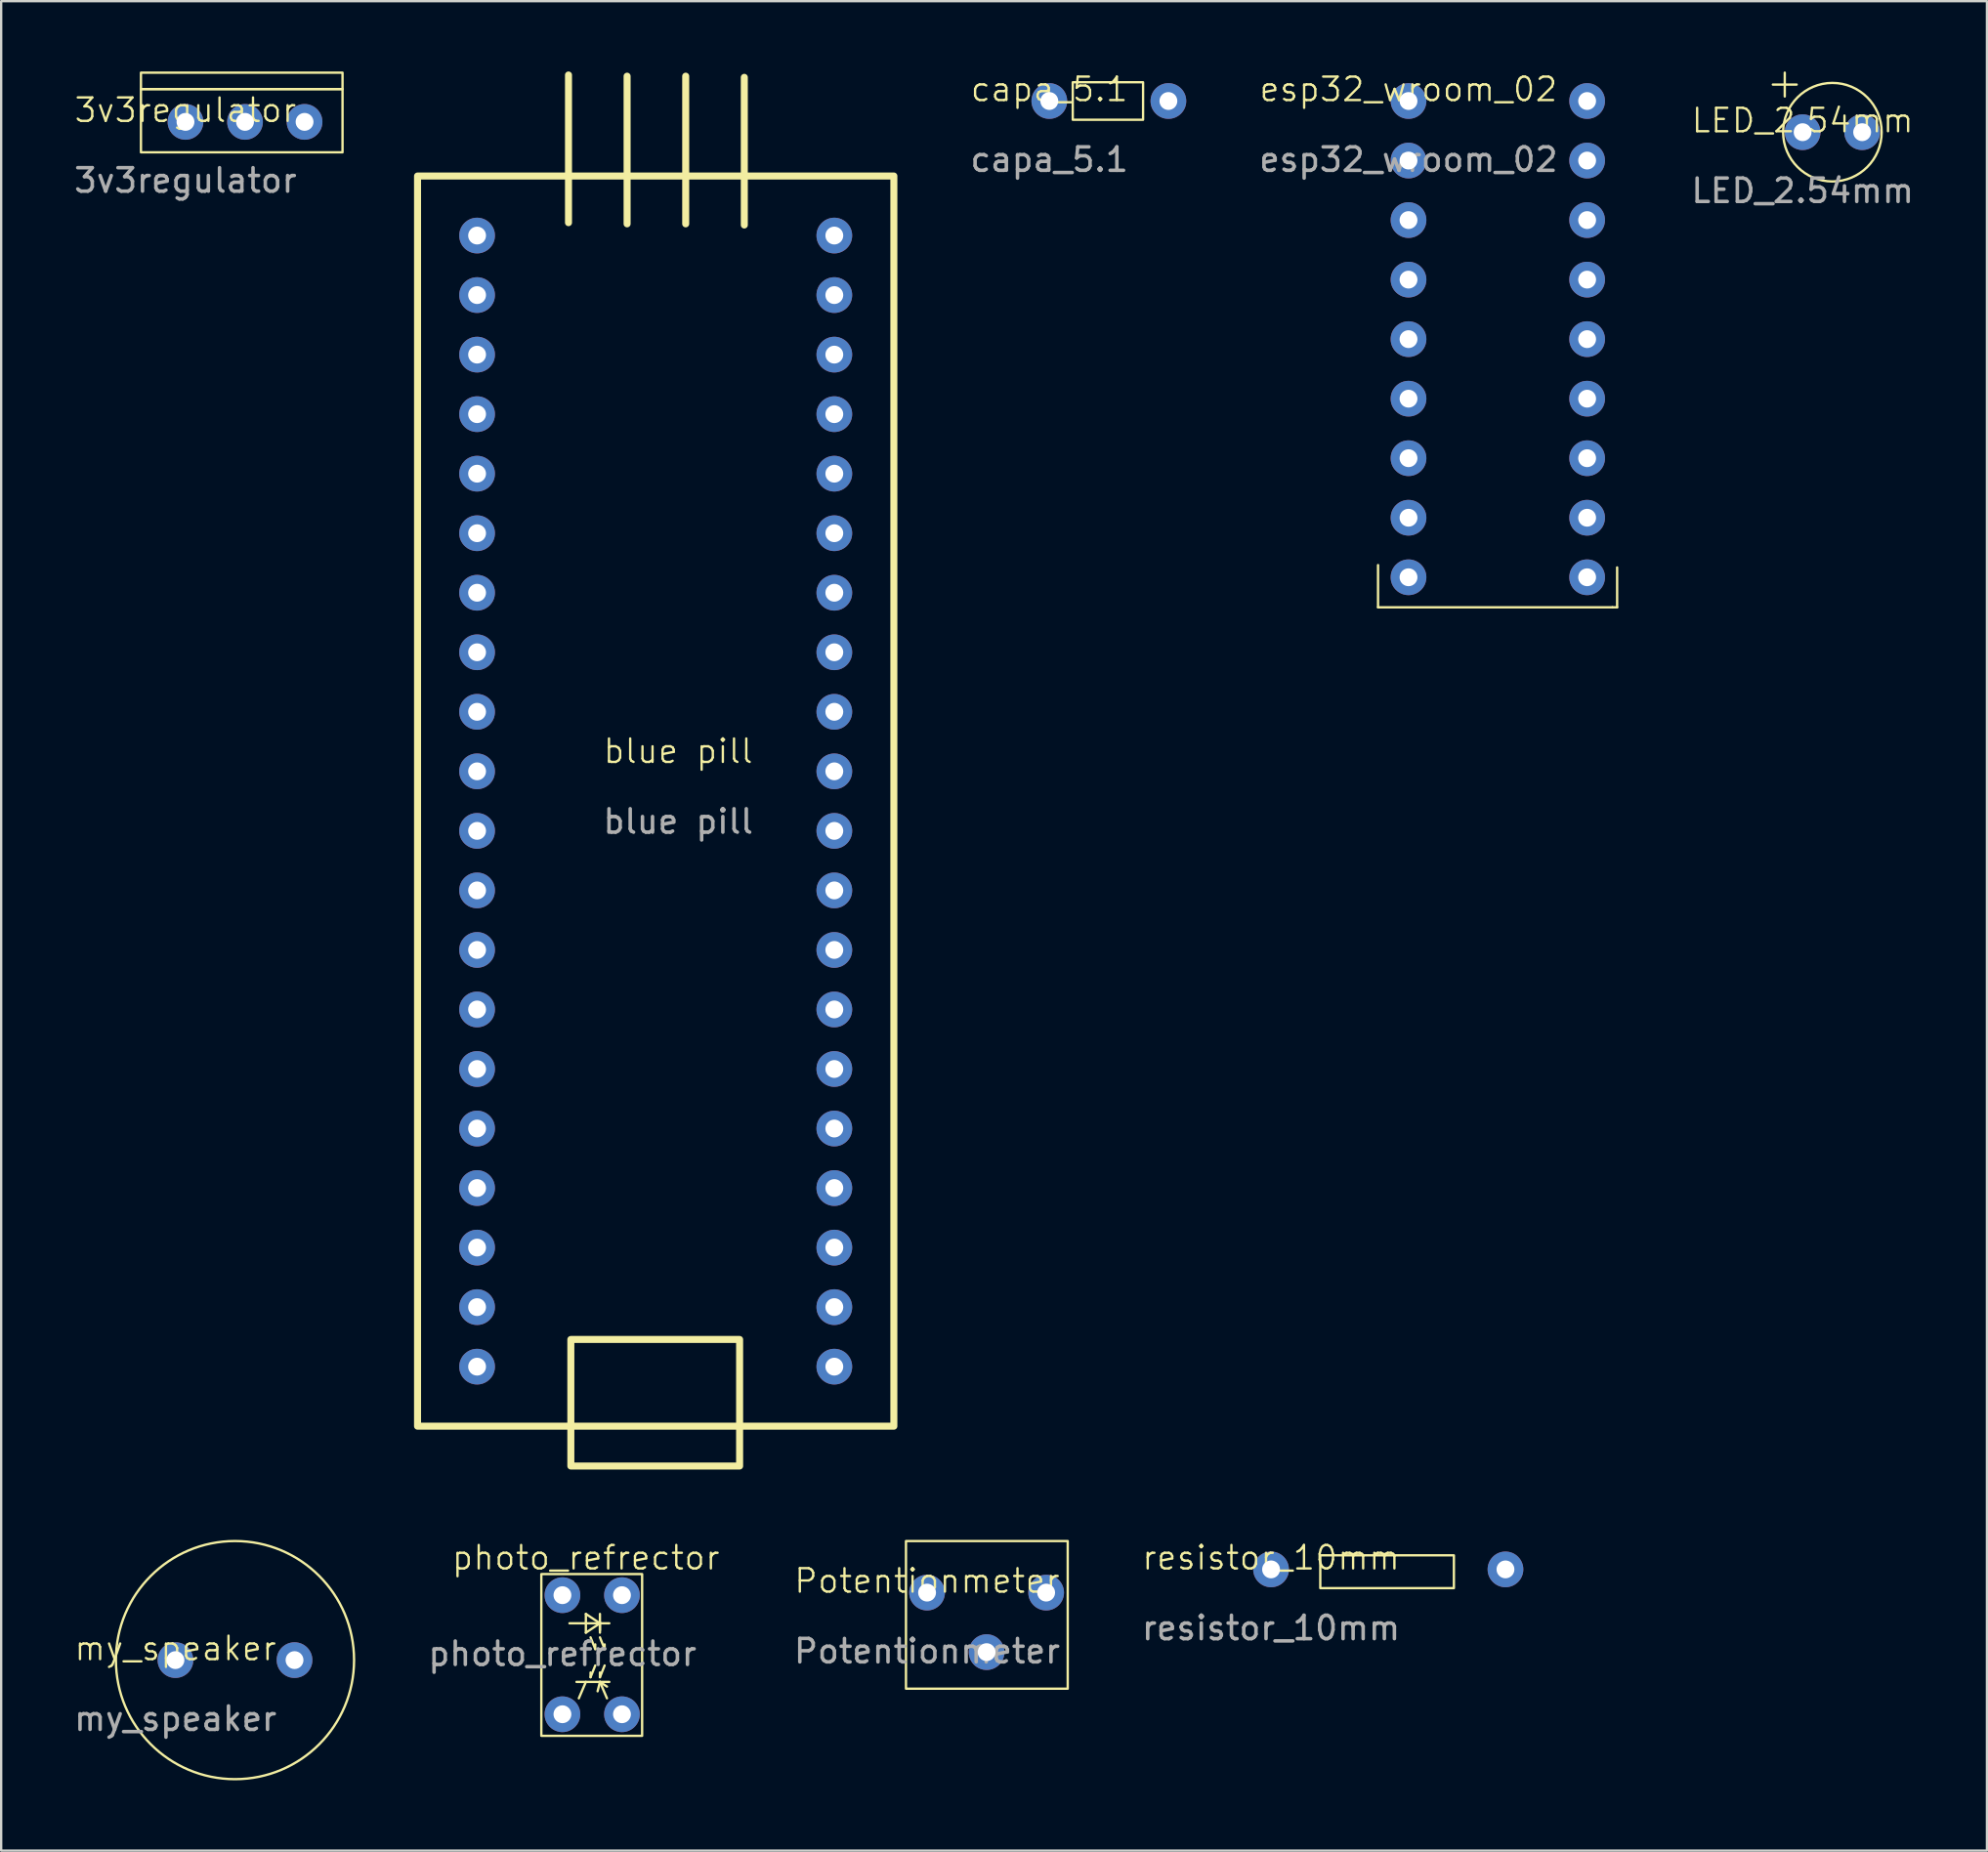
<source format=kicad_pcb>
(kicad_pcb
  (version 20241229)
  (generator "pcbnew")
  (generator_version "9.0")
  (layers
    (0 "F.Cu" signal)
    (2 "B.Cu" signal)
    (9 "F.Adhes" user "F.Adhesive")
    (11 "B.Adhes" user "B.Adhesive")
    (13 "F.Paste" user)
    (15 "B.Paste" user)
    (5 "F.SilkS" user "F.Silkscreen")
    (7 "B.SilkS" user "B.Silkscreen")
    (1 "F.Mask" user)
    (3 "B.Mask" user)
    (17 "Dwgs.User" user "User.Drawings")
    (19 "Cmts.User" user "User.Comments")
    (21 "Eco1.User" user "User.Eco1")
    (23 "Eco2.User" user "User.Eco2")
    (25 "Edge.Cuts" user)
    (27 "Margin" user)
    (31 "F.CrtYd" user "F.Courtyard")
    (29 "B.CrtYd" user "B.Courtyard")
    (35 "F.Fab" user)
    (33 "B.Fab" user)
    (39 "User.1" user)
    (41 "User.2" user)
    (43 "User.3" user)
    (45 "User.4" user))
  (footprint "my_speaker"
    (layer "F.Cu")
    (at 4.435 67.78)
    (property "Reference" "my_speaker" (at 0 -0.5 0) (unlocked yes) (layer "F.SilkS") (effects (font (size 1 1) (thickness 0.1))))
    (attr through_hole)
    (fp_circle (center 2.54 0) (end 7.62 0) (stroke (width 0.1) (type default)) (fill no) (layer "F.SilkS"))
    (fp_text user "${REFERENCE}" (at 0 2.5 0) (unlocked yes) (layer "F.Fab") (effects (font (size 1 1) (thickness 0.15))))
    (pad "1" thru_hole circle (at 0 0) (size 1.524 1.524) (drill 0.762) (layers "*.Cu" "*.Mask"))
    (pad "2" thru_hole circle (at 5.08 0) (size 1.524 1.524) (drill 0.762) (layers "*.Cu" "*.Mask")))
  (footprint "resistor_10mm"
    (layer "F.Cu")
    (at 51.175 63.91)
    (property "Reference" "resistor_10mm" (at 0 -0.5 0) (unlocked yes) (layer "F.SilkS") (effects (font (size 1 1) (thickness 0.1))))
    (attr through_hole)
    (fp_rect (start 2.1 -0.6) (end 7.8 0.8) (stroke (width 0.1) (type default)) (fill no) (layer "F.SilkS"))
    (fp_text user "${REFERENCE}" (at 0 2.5 0) (unlocked yes) (layer "F.Fab") (effects (font (size 1 1) (thickness 0.15))))
    (pad "1" thru_hole circle (at 0 0) (size 1.524 1.524) (drill 0.762) (layers "*.Cu" "*.Mask"))
    (pad "2" thru_hole circle (at 10 0) (size 1.524 1.524) (drill 0.762) (layers "*.Cu" "*.Mask")))
  (footprint "esp32_wroom_02"
    (layer "F.Cu")
    (at 57.039 1.26)
    (property "Reference" "esp32_wroom_02" (at 0 -0.5 0) (unlocked yes) (layer "F.SilkS") (effects (font (size 1 1) (thickness 0.1))))
    (attr through_hole)
    (fp_line (start -1.3 21.6) (end -1.3 19.8) (stroke (width 0.1) (type default)) (layer "F.SilkS"))
    (fp_line (start -1.3 21.6) (end 8.7 21.6) (stroke (width 0.1) (type default)) (layer "F.SilkS"))
    (fp_line (start 8.7 21.6) (end 8.9 21.6) (stroke (width 0.1) (type default)) (layer "F.SilkS"))
    (fp_line (start 8.9 21.6) (end 8.9 19.9) (stroke (width 0.1) (type default)) (layer "F.SilkS"))
    (fp_text user "${REFERENCE}" (at 0 2.5 0) (unlocked yes) (layer "F.Fab") (effects (font (size 1 1) (thickness 0.15))))
    (pad "1" thru_hole circle (at 0 0) (size 1.524 1.524) (drill 0.762) (layers "*.Cu" "*.Mask"))
    (pad "2" thru_hole circle (at 0 2.54) (size 1.524 1.524) (drill 0.762) (layers "*.Cu" "*.Mask"))
    (pad "3" thru_hole circle (at 0 5.08) (size 1.524 1.524) (drill 0.762) (layers "*.Cu" "*.Mask"))
    (pad "4" thru_hole circle (at 0 7.62) (size 1.524 1.524) (drill 0.762) (layers "*.Cu" "*.Mask"))
    (pad "5" thru_hole circle (at 0 10.16) (size 1.524 1.524) (drill 0.762) (layers "*.Cu" "*.Mask"))
    (pad "6" thru_hole circle (at 0 12.7) (size 1.524 1.524) (drill 0.762) (layers "*.Cu" "*.Mask"))
    (pad "7" thru_hole circle (at 0 15.24) (size 1.524 1.524) (drill 0.762) (layers "*.Cu" "*.Mask"))
    (pad "8" thru_hole circle (at 0 17.78) (size 1.524 1.524) (drill 0.762) (layers "*.Cu" "*.Mask"))
    (pad "9" thru_hole circle (at 0 20.32) (size 1.524 1.524) (drill 0.762) (layers "*.Cu" "*.Mask"))
    (pad "10" thru_hole circle (at 7.62 0) (size 1.524 1.524) (drill 0.762) (layers "*.Cu" "*.Mask"))
    (pad "11" thru_hole circle (at 7.62 2.54) (size 1.524 1.524) (drill 0.762) (layers "*.Cu" "*.Mask"))
    (pad "12" thru_hole circle (at 7.62 5.08) (size 1.524 1.524) (drill 0.762) (layers "*.Cu" "*.Mask"))
    (pad "13" thru_hole circle (at 7.62 7.62) (size 1.524 1.524) (drill 0.762) (layers "*.Cu" "*.Mask"))
    (pad "14" thru_hole circle (at 7.62 10.16) (size 1.524 1.524) (drill 0.762) (layers "*.Cu" "*.Mask"))
    (pad "15" thru_hole circle (at 7.62 12.7) (size 1.524 1.524) (drill 0.762) (layers "*.Cu" "*.Mask"))
    (pad "16" thru_hole circle (at 7.62 15.24) (size 1.524 1.524) (drill 0.762) (layers "*.Cu" "*.Mask"))
    (pad "17" thru_hole circle (at 7.62 17.78) (size 1.524 1.524) (drill 0.762) (layers "*.Cu" "*.Mask"))
    (pad "18" thru_hole circle (at 7.62 20.32) (size 1.524 1.524) (drill 0.762) (layers "*.Cu" "*.Mask")))
  (footprint "photo_refrector"
    (layer "F.Cu")
    (at 20.944 65.01)
    (property "Reference" "photo_refrector" (at 1 -1.6 0) (unlocked yes) (layer "F.SilkS") (effects (font (size 1 1) (thickness 0.1))))
    (attr through_hole)
    (fp_line (start 0.3 1.2) (end 2 1.2) (stroke (width 0.1) (type default)) (layer "F.SilkS"))
    (fp_line (start 1 0.8) (end 1 1.6) (stroke (width 0.1) (type default)) (layer "F.SilkS"))
    (fp_line (start 1 1.6) (end 1.6 1.2) (stroke (width 0.1) (type default)) (layer "F.SilkS"))
    (fp_line (start 1 3.7) (end 0.7 4.4) (stroke (width 0.1) (type default)) (layer "F.SilkS"))
    (fp_line (start 1.2 1.8) (end 1.4 2.3) (stroke (width 0.1) (type default)) (layer "F.SilkS"))
    (fp_line (start 1.2 3.5) (end 1.2 3.3) (stroke (width 0.1) (type default)) (layer "F.SilkS"))
    (fp_line (start 1.4 2.3) (end 1.4 2.1) (stroke (width 0.1) (type default)) (layer "F.SilkS"))
    (fp_line (start 1.4 3) (end 1.2 3.5) (stroke (width 0.1) (type default)) (layer "F.SilkS"))
    (fp_line (start 1.6 0.8) (end 1.6 1.5) (stroke (width 0.1) (type default)) (layer "F.SilkS"))
    (fp_line (start 1.6 1.2) (end 1 0.8) (stroke (width 0.1) (type default)) (layer "F.SilkS"))
    (fp_line (start 1.6 1.6) (end 1.6 1.15) (stroke (width 0.1) (type default)) (layer "F.SilkS"))
    (fp_line (start 1.6 1.8) (end 1.8 2.3) (stroke (width 0.1) (type default)) (layer "F.SilkS"))
    (fp_line (start 1.6 3.5) (end 1.6 3.3) (stroke (width 0.1) (type default)) (layer "F.SilkS"))
    (fp_line (start 1.6 3.7) (end 1.5 4.1) (stroke (width 0.1) (type default)) (layer "F.SilkS"))
    (fp_line (start 1.6 3.7) (end 1.9 3.9) (stroke (width 0.1) (type default)) (layer "F.SilkS"))
    (fp_line (start 1.8 2.3) (end 1.8 2.1) (stroke (width 0.1) (type default)) (layer "F.SilkS"))
    (fp_line (start 1.8 3) (end 1.6 3.5) (stroke (width 0.1) (type default)) (layer "F.SilkS"))
    (fp_line (start 1.9 4.4) (end 1.6 3.7) (stroke (width 0.1) (type default)) (layer "F.SilkS"))
    (fp_line (start 2 3.7) (end 0.6 3.7) (stroke (width 0.1) (type default)) (layer "F.SilkS"))
    (fp_rect (start -0.9 -0.9) (end 3.4 6) (stroke (width 0.1) (type default)) (fill no) (layer "F.SilkS"))
    (fp_text user "${REFERENCE}" (at 0 2.5 0) (unlocked yes) (layer "F.Fab") (effects (font (size 1 1) (thickness 0.15))))
    (pad "1" thru_hole circle (at 0 0) (size 1.524 1.524) (drill 0.762) (layers "*.Cu" "*.Mask"))
    (pad "2" thru_hole circle (at 2.54 0) (size 1.524 1.524) (drill 0.762) (layers "*.Cu" "*.Mask"))
    (pad "3" thru_hole circle (at 0 5.08) (size 1.524 1.524) (drill 0.762) (layers "*.Cu" "*.Mask"))
    (pad "4" thru_hole circle (at 2.54 5.08) (size 1.524 1.524) (drill 0.762) (layers "*.Cu" "*.Mask")))
  (footprint "3v3regulator"
    (layer "F.Cu")
    (at 4.863 2.15)
    (property "Reference" "3v3regulator" (at 0 -0.5 0) (unlocked yes) (layer "F.SilkS") (effects (font (size 1 1) (thickness 0.1))))
    (attr through_hole)
    (fp_rect (start -1.9 -2.1) (end 6.7 -1.4) (stroke (width 0.1) (type default)) (fill no) (layer "F.SilkS"))
    (fp_rect (start -1.9 -1.4) (end 6.7 1.3) (stroke (width 0.1) (type default)) (fill no) (layer "F.SilkS"))
    (fp_text user "${REFERENCE}" (at 0 2.5 0) (unlocked yes) (layer "F.Fab") (effects (font (size 1 1) (thickness 0.15))))
    (pad "1" thru_hole circle (at 5.08 0) (size 1.524 1.524) (drill 0.762) (layers "*.Cu" "*.Mask"))
    (pad "2" thru_hole circle (at 0 0) (size 1.524 1.524) (drill 0.762) (layers "*.Cu" "*.Mask"))
    (pad "3" thru_hole circle (at 2.54 0) (size 1.524 1.524) (drill 0.762) (layers "*.Cu" "*.Mask")))
  (footprint "capa_5.1"
    (layer "F.Cu")
    (at 41.715 1.26)
    (property "Reference" "capa_5.1" (at 0 -0.5 0) (unlocked yes) (layer "F.SilkS") (effects (font (size 1 1) (thickness 0.1))))
    (attr through_hole)
    (fp_rect (start 1 -0.8) (end 4 0.8) (stroke (width 0.1) (type default)) (fill no) (layer "F.SilkS"))
    (fp_text user "${REFERENCE}" (at 0 2.5 0) (unlocked yes) (layer "F.Fab") (effects (font (size 1 1) (thickness 0.15))))
    (pad "1" thru_hole circle (at 0 0) (size 1.524 1.524) (drill 0.762) (layers "*.Cu" "*.Mask"))
    (pad "2" thru_hole circle (at 5.08 0) (size 1.524 1.524) (drill 0.762) (layers "*.Cu" "*.Mask")))
  (footprint "LED_2.54mm"
    (layer "F.Cu")
    (at 73.852 2.59)
    (property "Reference" "LED_2.54mm" (at 0 -0.5 0) (unlocked yes) (layer "F.SilkS") (effects (font (size 1 1) (thickness 0.1))))
    (attr through_hole)
    (fp_line (start -1.27 -2.032) (end -0.254 -2.032) (stroke (width 0.1) (type default)) (layer "F.SilkS"))
    (fp_line (start -0.762 -2.54) (end -0.762 -1.524) (stroke (width 0.1) (type default)) (layer "F.SilkS"))
    (fp_circle (center 1.27 0) (end 3.175 -0.889) (stroke (width 0.1) (type default)) (fill no) (layer "F.SilkS"))
    (fp_text user "${REFERENCE}" (at 0 2.5 0) (unlocked yes) (layer "F.Fab") (effects (font (size 1 1) (thickness 0.15))))
    (pad "1" thru_hole circle (at 0 0) (size 1.524 1.524) (drill 0.762) (layers "*.Cu" "*.Mask"))
    (pad "2" thru_hole circle (at 2.54 0) (size 1.524 1.524) (drill 0.762) (layers "*.Cu" "*.Mask")))
  (footprint "Potentionmeter"
    (layer "F.Cu")
    (at 36.5 64.9)
    (property "Reference" "Potentionmeter" (at 0 -0.5 0) (unlocked yes) (layer "F.SilkS") (effects (font (size 1 1) (thickness 0.1))))
    (attr through_hole)
    (fp_rect (start -0.9 -2.2) (end 6 4.1) (stroke (width 0.1) (type default)) (fill no) (layer "F.SilkS"))
    (fp_text user "${REFERENCE}" (at 0 2.5 0) (unlocked yes) (layer "F.Fab") (effects (font (size 1 1) (thickness 0.15))))
    (pad "1" thru_hole circle (at 0 0) (size 1.524 1.524) (drill 0.762) (layers "*.Cu" "*.Mask"))
    (pad "2" thru_hole circle (at 5.08 0) (size 1.524 1.524) (drill 0.762) (layers "*.Cu" "*.Mask"))
    (pad "3" thru_hole circle (at 2.54 2.54) (size 1.524 1.524) (drill 0.762) (layers "*.Cu" "*.Mask")))
  (footprint "blue pill"
    (layer "F.Cu")
    (at 17.303 7)
    (property "Reference" "blue pill" (at 8.58 22 0) (unlocked yes) (layer "F.SilkS") (effects (font (size 1 1) (thickness 0.1))))
    (attr through_hole)
    (fp_line (start 3.9 -6.85) (end 3.9 -0.55) (stroke (width 0.3) (type default)) (layer "F.SilkS"))
    (fp_line (start 6.4 -6.8) (end 6.4 -0.5) (stroke (width 0.3) (type default)) (layer "F.SilkS"))
    (fp_line (start 8.9 -6.8) (end 8.9 -0.5) (stroke (width 0.3) (type default)) (layer "F.SilkS"))
    (fp_line (start 11.4 -6.75) (end 11.4 -0.45) (stroke (width 0.3) (type default)) (layer "F.SilkS"))
    (fp_rect (start -2.54 -2.54) (end 17.78 50.8) (stroke (width 0.3) (type solid)) (fill no) (layer "F.SilkS"))
    (fp_rect (start 4 47.1) (end 11.2 52.5) (stroke (width 0.3) (type default)) (fill no) (layer "F.SilkS"))
    (fp_text user "${REFERENCE}" (at 8.58 25 0) (unlocked yes) (layer "F.Fab") (effects (font (size 1 1) (thickness 0.15))))
    (pad "1" thru_hole circle (at 0 0) (size 1.524 1.524) (drill 0.762) (layers "*.Cu" "*.Mask"))
    (pad "2" thru_hole circle (at 0 2.54) (size 1.524 1.524) (drill 0.762) (layers "*.Cu" "*.Mask"))
    (pad "3" thru_hole circle (at 0 5.08) (size 1.524 1.524) (drill 0.762) (layers "*.Cu" "*.Mask"))
    (pad "4" thru_hole circle (at 0 7.62) (size 1.524 1.524) (drill 0.762) (layers "*.Cu" "*.Mask"))
    (pad "5" thru_hole circle (at 0 10.16) (size 1.524 1.524) (drill 0.762) (layers "*.Cu" "*.Mask"))
    (pad "6" thru_hole circle (at 0 12.7) (size 1.524 1.524) (drill 0.762) (layers "*.Cu" "*.Mask"))
    (pad "7" thru_hole circle (at 0 15.24) (size 1.524 1.524) (drill 0.762) (layers "*.Cu" "*.Mask"))
    (pad "8" thru_hole circle (at 0 17.78) (size 1.524 1.524) (drill 0.762) (layers "*.Cu" "*.Mask"))
    (pad "9" thru_hole circle (at 0 20.32) (size 1.524 1.524) (drill 0.762) (layers "*.Cu" "*.Mask"))
    (pad "10" thru_hole circle (at 0 22.86) (size 1.524 1.524) (drill 0.762) (layers "*.Cu" "*.Mask"))
    (pad "11" thru_hole circle (at 0 25.4) (size 1.524 1.524) (drill 0.762) (layers "*.Cu" "*.Mask"))
    (pad "12" thru_hole circle (at 0 27.94) (size 1.524 1.524) (drill 0.762) (layers "*.Cu" "*.Mask"))
    (pad "13" thru_hole circle (at 0 30.48) (size 1.524 1.524) (drill 0.762) (layers "*.Cu" "*.Mask"))
    (pad "14" thru_hole circle (at 0 33.02) (size 1.524 1.524) (drill 0.762) (layers "*.Cu" "*.Mask"))
    (pad "15" thru_hole circle (at 0 35.56) (size 1.524 1.524) (drill 0.762) (layers "*.Cu" "*.Mask"))
    (pad "16" thru_hole circle (at 0 38.1) (size 1.524 1.524) (drill 0.762) (layers "*.Cu" "*.Mask"))
    (pad "17" thru_hole circle (at 0 40.64) (size 1.524 1.524) (drill 0.762) (layers "*.Cu" "*.Mask"))
    (pad "18" thru_hole circle (at 0 43.18) (size 1.524 1.524) (drill 0.762) (layers "*.Cu" "*.Mask"))
    (pad "19" thru_hole circle (at 0 45.72) (size 1.524 1.524) (drill 0.762) (layers "*.Cu" "*.Mask"))
    (pad "20" thru_hole circle (at 0 48.26) (size 1.524 1.524) (drill 0.762) (layers "*.Cu" "*.Mask"))
    (pad "21" thru_hole circle (at 15.24 0) (size 1.524 1.524) (drill 0.762) (layers "*.Cu" "*.Mask"))
    (pad "22" thru_hole circle (at 15.24 2.54) (size 1.524 1.524) (drill 0.762) (layers "*.Cu" "*.Mask"))
    (pad "23" thru_hole circle (at 15.24 5.08) (size 1.524 1.524) (drill 0.762) (layers "*.Cu" "*.Mask"))
    (pad "24" thru_hole circle (at 15.24 7.62) (size 1.524 1.524) (drill 0.762) (layers "*.Cu" "*.Mask"))
    (pad "25" thru_hole circle (at 15.24 10.16) (size 1.524 1.524) (drill 0.762) (layers "*.Cu" "*.Mask"))
    (pad "26" thru_hole circle (at 15.24 12.7) (size 1.524 1.524) (drill 0.762) (layers "*.Cu" "*.Mask"))
    (pad "27" thru_hole circle (at 15.24 15.24) (size 1.524 1.524) (drill 0.762) (layers "*.Cu" "*.Mask"))
    (pad "28" thru_hole circle (at 15.24 17.78) (size 1.524 1.524) (drill 0.762) (layers "*.Cu" "*.Mask"))
    (pad "29" thru_hole circle (at 15.24 20.32) (size 1.524 1.524) (drill 0.762) (layers "*.Cu" "*.Mask"))
    (pad "30" thru_hole circle (at 15.24 22.86) (size 1.524 1.524) (drill 0.762) (layers "*.Cu" "*.Mask"))
    (pad "31" thru_hole circle (at 15.24 25.4) (size 1.524 1.524) (drill 0.762) (layers "*.Cu" "*.Mask"))
    (pad "32" thru_hole circle (at 15.24 27.94) (size 1.524 1.524) (drill 0.762) (layers "*.Cu" "*.Mask"))
    (pad "33" thru_hole circle (at 15.24 30.48) (size 1.524 1.524) (drill 0.762) (layers "*.Cu" "*.Mask"))
    (pad "34" thru_hole circle (at 15.24 33.02) (size 1.524 1.524) (drill 0.762) (layers "*.Cu" "*.Mask"))
    (pad "35" thru_hole circle (at 15.24 35.56) (size 1.524 1.524) (drill 0.762) (layers "*.Cu" "*.Mask"))
    (pad "36" thru_hole circle (at 15.24 38.1) (size 1.524 1.524) (drill 0.762) (layers "*.Cu" "*.Mask"))
    (pad "37" thru_hole circle (at 15.24 40.64) (size 1.524 1.524) (drill 0.762) (layers "*.Cu" "*.Mask"))
    (pad "38" thru_hole circle (at 15.24 43.18) (size 1.524 1.524) (drill 0.762) (layers "*.Cu" "*.Mask"))
    (pad "39" thru_hole circle (at 15.24 45.72) (size 1.524 1.524) (drill 0.762) (layers "*.Cu" "*.Mask"))
    (pad "40" thru_hole circle (at 15.24 48.26) (size 1.524 1.524) (drill 0.762) (layers "*.Cu" "*.Mask")))
  (gr_rect
    (start -3 -3)
    (end 81.716 75.91)
    (stroke (width 0.1) (type default))
    (fill no)
    (layer "Edge.Cuts")))
</source>
